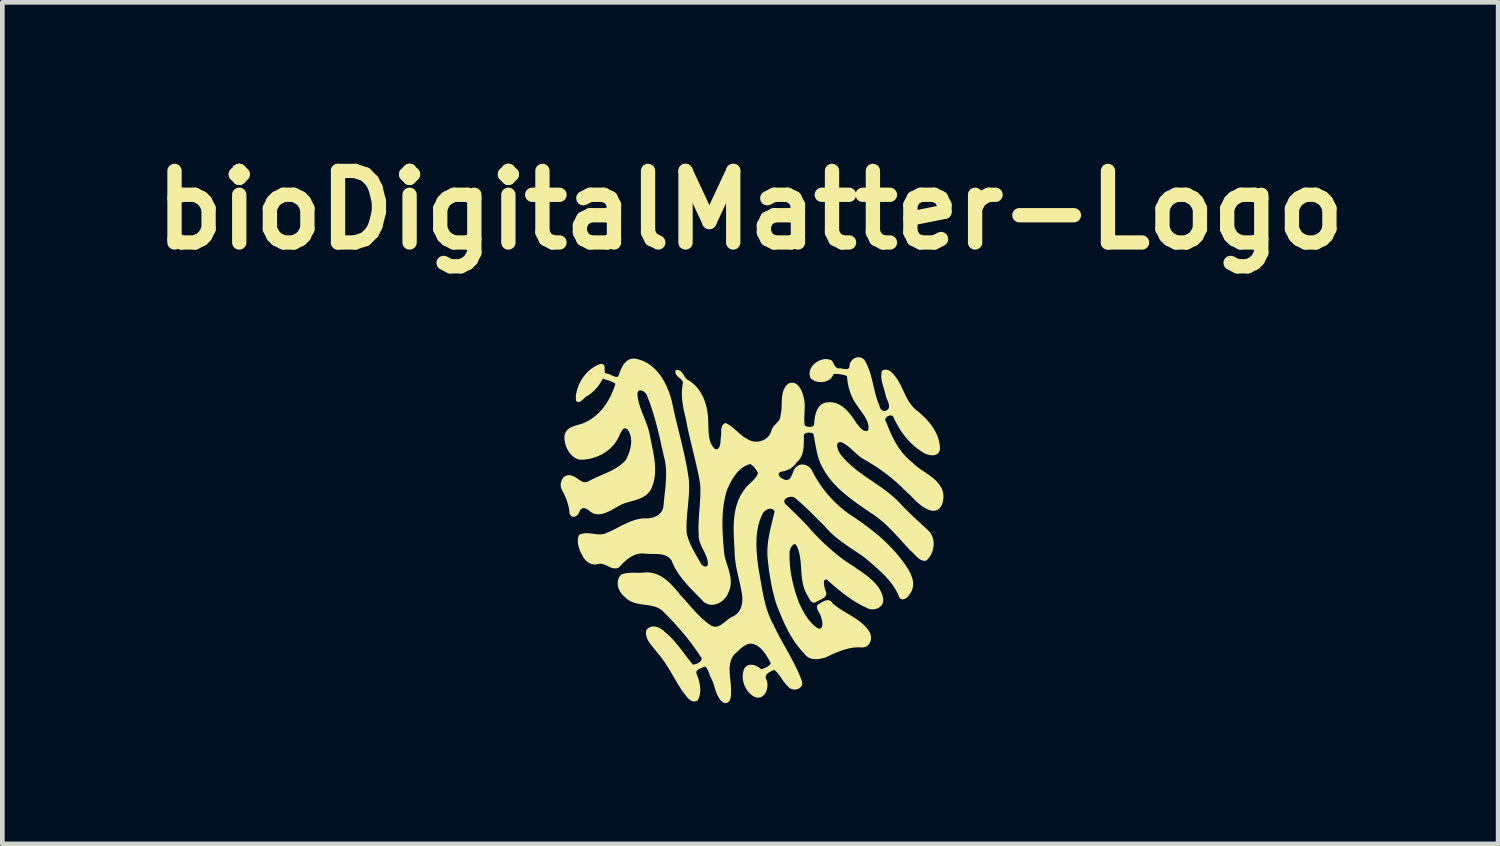
<source format=kicad_pcb>
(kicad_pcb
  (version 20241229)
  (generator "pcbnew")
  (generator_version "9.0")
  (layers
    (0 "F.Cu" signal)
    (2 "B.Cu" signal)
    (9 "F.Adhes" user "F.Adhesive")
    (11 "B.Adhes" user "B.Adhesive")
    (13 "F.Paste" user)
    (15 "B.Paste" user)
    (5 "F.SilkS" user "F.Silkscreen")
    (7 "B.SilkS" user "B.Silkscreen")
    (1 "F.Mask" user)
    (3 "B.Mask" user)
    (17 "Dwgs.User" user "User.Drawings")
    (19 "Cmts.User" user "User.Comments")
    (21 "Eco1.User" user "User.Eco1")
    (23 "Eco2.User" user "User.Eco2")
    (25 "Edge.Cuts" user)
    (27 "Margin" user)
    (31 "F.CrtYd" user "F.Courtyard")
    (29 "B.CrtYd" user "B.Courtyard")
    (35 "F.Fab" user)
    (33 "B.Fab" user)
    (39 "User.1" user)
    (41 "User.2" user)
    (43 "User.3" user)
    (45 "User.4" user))
  (footprint "bioDigitalMatter-Logo"
    (layer "F.Cu")
    (at 12.932 8.213)
    (property "Reference" "bioDigitalMatter-Logo" (at 0 -6.787 0) (layer "F.SilkS") (effects (font (size 1.524 1.524) (thickness 0.305))))
    (attr exclude_from_pos_files exclude_from_bom)
    (fp_poly (pts (xy -3.699 -2.831) (xy -3.693 -2.87) (xy -3.685 -2.909) (xy -3.675 -2.948) (xy -3.664 -2.987) (xy -3.65 -3.024) (xy -3.635 -3.062) (xy -3.618 -3.098) (xy -3.599 -3.134) (xy -3.579 -3.169) (xy -3.557 -3.203) (xy -3.533 -3.236) (xy -3.508 -3.267) (xy -3.482 -3.298) (xy -3.454 -3.327) (xy -3.425 -3.354) (xy -3.395 -3.38) (xy -3.363 -3.404) (xy -3.33 -3.426) (xy -3.296 -3.447) (xy -3.26 -3.465) (xy -3.224 -3.482) (xy -3.186 -3.496) (xy -3.159 -3.494) (xy -3.139 -3.485) (xy -3.127 -3.472) (xy -3.12 -3.453) (xy -3.117 -3.432) (xy -3.117 -3.409) (xy -3.117 -3.385) (xy -3.117 -3.361) (xy -3.114 -3.339) (xy -3.108 -3.32) (xy -3.098 -3.305) (xy -3.08 -3.294) (xy -3.055 -3.29) (xy -3.023 -3.283) (xy -2.99 -3.269) (xy -2.955 -3.253) (xy -2.921 -3.237) (xy -2.888 -3.224) (xy -2.856 -3.218) (xy -2.826 -3.221) (xy -2.799 -3.236) (xy -2.787 -3.268) (xy -2.775 -3.3) (xy -2.763 -3.334) (xy -2.749 -3.368) (xy -2.734 -3.402) (xy -2.718 -3.434) (xy -2.7 -3.466) (xy -2.68 -3.496) (xy -2.659 -3.523) (xy -2.635 -3.548) (xy -2.609 -3.569) (xy -2.581 -3.586) (xy -2.55 -3.599) (xy -2.516 -3.606) (xy -2.48 -3.609) (xy -2.44 -3.605) (xy -2.401 -3.596) (xy -2.363 -3.585) (xy -2.326 -3.573) (xy -2.29 -3.559) (xy -2.255 -3.543) (xy -2.221 -3.525) (xy -2.188 -3.506) (xy -2.157 -3.485) (xy -2.126 -3.463) (xy -2.097 -3.44) (xy -2.068 -3.415) (xy -2.041 -3.389) (xy -2.014 -3.362) (xy -1.989 -3.334) (xy -1.964 -3.304) (xy -1.941 -3.274) (xy -1.918 -3.243) (xy -1.897 -3.211) (xy -1.876 -3.178) (xy -1.856 -3.145) (xy -1.837 -3.111) (xy -1.819 -3.076) (xy -1.802 -3.041) (xy -1.786 -3.005) (xy -1.771 -2.969) (xy -1.756 -2.933) (xy -1.743 -2.897) (xy -1.73 -2.86) (xy -1.718 -2.824) (xy -1.707 -2.787) (xy -1.697 -2.75) (xy -1.687 -2.714) (xy -1.679 -2.677) (xy -1.67 -2.636) (xy -1.662 -2.595) (xy -1.653 -2.554) (xy -1.644 -2.513) (xy -1.635 -2.472) (xy -1.625 -2.431) (xy -1.616 -2.39) (xy -1.606 -2.349) (xy -1.596 -2.308) (xy -1.586 -2.267) (xy -1.576 -2.226) (xy -1.566 -2.185) (xy -1.556 -2.144) (xy -1.546 -2.103) (xy -1.536 -2.063) (xy -1.526 -2.022) (xy -1.516 -1.981) (xy -1.506 -1.94) (xy -1.496 -1.899) (xy -1.486 -1.858) (xy -1.476 -1.817) (xy -1.466 -1.776) (xy -1.457 -1.735) (xy -1.447 -1.694) (xy -1.438 -1.653) (xy -1.428 -1.612) (xy -1.419 -1.571) (xy -1.41 -1.53) (xy -1.402 -1.489) (xy -1.393 -1.448) (xy -1.385 -1.407) (xy -1.377 -1.365) (xy -1.369 -1.324) (xy -1.362 -1.283) (xy -1.354 -1.241) (xy -1.348 -1.2) (xy -1.341 -1.158) (xy -1.335 -1.117) (xy -1.329 -1.075) (xy -1.323 -1.033) (xy -1.321 -0.992) (xy -1.319 -0.95) (xy -1.319 -0.909) (xy -1.319 -0.867) (xy -1.319 -0.826) (xy -1.321 -0.784) (xy -1.323 -0.743) (xy -1.325 -0.701) (xy -1.328 -0.66) (xy -1.332 -0.618) (xy -1.335 -0.577) (xy -1.339 -0.535) (xy -1.343 -0.494) (xy -1.347 -0.453) (xy -1.351 -0.411) (xy -1.355 -0.37) (xy -1.359 -0.328) (xy -1.362 -0.287) (xy -1.365 -0.245) (xy -1.368 -0.204) (xy -1.371 -0.163) (xy -1.372 -0.121) (xy -1.374 -0.08) (xy -1.374 -0.038) (xy -1.374 0.003) (xy -1.373 0.044) (xy -1.372 0.086) (xy -1.363 0.126) (xy -1.353 0.165) (xy -1.341 0.203) (xy -1.328 0.242) (xy -1.314 0.279) (xy -1.298 0.317) (xy -1.282 0.354) (xy -1.264 0.39) (xy -1.246 0.427) (xy -1.227 0.463) (xy -1.208 0.498) (xy -1.188 0.534) (xy -1.168 0.569) (xy -1.148 0.605) (xy -1.127 0.64) (xy -1.107 0.675) (xy -1.087 0.71) (xy -1.067 0.745) (xy -1.051 0.772) (xy -1.029 0.794) (xy -1.002 0.81) (xy -0.975 0.82) (xy -0.947 0.822) (xy -0.923 0.816) (xy -0.903 0.801) (xy -0.89 0.775) (xy -0.886 0.738) (xy -0.889 0.7) (xy -0.896 0.663) (xy -0.906 0.627) (xy -0.918 0.591) (xy -0.932 0.556) (xy -0.948 0.521) (xy -0.965 0.487) (xy -0.982 0.453) (xy -1 0.419) (xy -1.017 0.384) (xy -1.033 0.349) (xy -1.047 0.314) (xy -1.06 0.279) (xy -1.071 0.242) (xy -1.078 0.205) (xy -1.082 0.167) (xy -1.082 0.127) (xy -1.085 0.087) (xy -1.086 0.046) (xy -1.087 0.006) (xy -1.087 -0.035) (xy -1.086 -0.075) (xy -1.085 -0.116) (xy -1.083 -0.156) (xy -1.081 -0.196) (xy -1.079 -0.237) (xy -1.076 -0.277) (xy -1.073 -0.318) (xy -1.07 -0.358) (xy -1.067 -0.398) (xy -1.064 -0.439) (xy -1.061 -0.479) (xy -1.058 -0.519) (xy -1.056 -0.56) (xy -1.053 -0.6) (xy -1.051 -0.641) (xy -1.049 -0.681) (xy -1.048 -0.721) (xy -1.047 -0.762) (xy -1.047 -0.802) (xy -1.047 -0.842) (xy -1.048 -0.883) (xy -1.05 -0.923) (xy -1.052 -0.964) (xy -1.06 -1.005) (xy -1.067 -1.046) (xy -1.075 -1.088) (xy -1.083 -1.129) (xy -1.091 -1.17) (xy -1.1 -1.211) (xy -1.109 -1.252) (xy -1.118 -1.293) (xy -1.127 -1.334) (xy -1.136 -1.375) (xy -1.146 -1.416) (xy -1.155 -1.457) (xy -1.165 -1.498) (xy -1.175 -1.539) (xy -1.185 -1.58) (xy -1.195 -1.621) (xy -1.205 -1.662) (xy -1.215 -1.703) (xy -1.225 -1.743) (xy -1.234 -1.784) (xy -1.244 -1.825) (xy -1.254 -1.866) (xy -1.264 -1.907) (xy -1.273 -1.948) (xy -1.283 -1.989) (xy -1.292 -2.03) (xy -1.301 -2.071) (xy -1.31 -2.112) (xy -1.319 -2.153) (xy -1.327 -2.194) (xy -1.336 -2.236) (xy -1.344 -2.277) (xy -1.351 -2.318) (xy -1.361 -2.358) (xy -1.37 -2.397) (xy -1.38 -2.436) (xy -1.388 -2.476) (xy -1.397 -2.515) (xy -1.405 -2.555) (xy -1.412 -2.595) (xy -1.419 -2.635) (xy -1.425 -2.675) (xy -1.43 -2.714) (xy -1.435 -2.754) (xy -1.438 -2.795) (xy -1.44 -2.835) (xy -1.441 -2.875) (xy -1.44 -2.915) (xy -1.438 -2.955) (xy -1.435 -2.996) (xy -1.43 -3.036) (xy -1.424 -3.076) (xy -1.419 -3.109) (xy -1.424 -3.138) (xy -1.436 -3.163) (xy -1.453 -3.185) (xy -1.474 -3.205) (xy -1.497 -3.225) (xy -1.52 -3.244) (xy -1.541 -3.263) (xy -1.559 -3.285) (xy -1.573 -3.308) (xy -1.579 -3.335) (xy -1.577 -3.366) (xy -1.544 -3.367) (xy -1.516 -3.359) (xy -1.492 -3.344) (xy -1.471 -3.322) (xy -1.452 -3.297) (xy -1.434 -3.269) (xy -1.416 -3.241) (xy -1.398 -3.213) (xy -1.377 -3.187) (xy -1.354 -3.166) (xy -1.327 -3.15) (xy -1.292 -3.128) (xy -1.259 -3.105) (xy -1.228 -3.08) (xy -1.198 -3.053) (xy -1.17 -3.025) (xy -1.144 -2.996) (xy -1.119 -2.965) (xy -1.096 -2.933) (xy -1.075 -2.901) (xy -1.055 -2.867) (xy -1.036 -2.832) (xy -1.019 -2.797) (xy -1.003 -2.761) (xy -0.989 -2.724) (xy -0.976 -2.686) (xy -0.964 -2.648) (xy -0.954 -2.609) (xy -0.944 -2.57) (xy -0.936 -2.531) (xy -0.929 -2.492) (xy -0.924 -2.452) (xy -0.919 -2.412) (xy -0.915 -2.373) (xy -0.913 -2.333) (xy -0.911 -2.293) (xy -0.911 -2.254) (xy -0.909 -2.217) (xy -0.908 -2.179) (xy -0.907 -2.14) (xy -0.905 -2.101) (xy -0.903 -2.061) (xy -0.9 -2.022) (xy -0.896 -1.982) (xy -0.89 -1.943) (xy -0.882 -1.905) (xy -0.873 -1.868) (xy -0.86 -1.832) (xy -0.845 -1.797) (xy -0.827 -1.765) (xy -0.806 -1.734) (xy -0.781 -1.705) (xy -0.752 -1.678) (xy -0.717 -1.676) (xy -0.689 -1.684) (xy -0.667 -1.7) (xy -0.65 -1.723) (xy -0.637 -1.751) (xy -0.628 -1.783) (xy -0.622 -1.817) (xy -0.618 -1.852) (xy -0.615 -1.886) (xy -0.613 -1.917) (xy -0.61 -1.945) (xy -0.605 -1.978) (xy -0.604 -2.014) (xy -0.603 -2.052) (xy -0.603 -2.09) (xy -0.6 -2.127) (xy -0.593 -2.161) (xy -0.58 -2.192) (xy -0.559 -2.217) (xy -0.528 -2.236) (xy -0.492 -2.218) (xy -0.458 -2.198) (xy -0.426 -2.175) (xy -0.394 -2.151) (xy -0.363 -2.126) (xy -0.333 -2.1) (xy -0.303 -2.073) (xy -0.273 -2.046) (xy -0.243 -2.02) (xy -0.212 -1.994) (xy -0.181 -1.969) (xy -0.149 -1.945) (xy -0.115 -1.923) (xy -0.08 -1.904) (xy -0.049 -1.884) (xy -0.017 -1.868) (xy 0.017 -1.855) (xy 0.052 -1.846) (xy 0.088 -1.841) (xy 0.123 -1.839) (xy 0.159 -1.84) (xy 0.195 -1.845) (xy 0.229 -1.853) (xy 0.263 -1.864) (xy 0.296 -1.878) (xy 0.326 -1.896) (xy 0.355 -1.916) (xy 0.382 -1.94) (xy 0.406 -1.966) (xy 0.427 -1.996) (xy 0.445 -2.028) (xy 0.46 -2.062) (xy 0.468 -2.097) (xy 0.482 -2.128) (xy 0.5 -2.156) (xy 0.521 -2.183) (xy 0.544 -2.208) (xy 0.568 -2.233) (xy 0.591 -2.258) (xy 0.613 -2.284) (xy 0.632 -2.312) (xy 0.647 -2.342) (xy 0.657 -2.375) (xy 0.66 -2.411) (xy 0.669 -2.447) (xy 0.675 -2.483) (xy 0.679 -2.519) (xy 0.682 -2.557) (xy 0.684 -2.595) (xy 0.685 -2.633) (xy 0.686 -2.671) (xy 0.687 -2.709) (xy 0.689 -2.747) (xy 0.691 -2.785) (xy 0.695 -2.822) (xy 0.701 -2.858) (xy 0.709 -2.894) (xy 0.719 -2.928) (xy 0.732 -2.962) (xy 0.749 -2.994) (xy 0.769 -3.024) (xy 0.793 -3.053) (xy 0.822 -3.079) (xy 0.857 -3.091) (xy 0.89 -3.095) (xy 0.921 -3.092) (xy 0.95 -3.083) (xy 0.976 -3.068) (xy 1 -3.048) (xy 1.022 -3.024) (xy 1.042 -2.996) (xy 1.06 -2.966) (xy 1.076 -2.934) (xy 1.09 -2.902) (xy 1.102 -2.868) (xy 1.112 -2.836) (xy 1.12 -2.805) (xy 1.127 -2.775) (xy 1.135 -2.737) (xy 1.14 -2.698) (xy 1.143 -2.659) (xy 1.144 -2.62) (xy 1.144 -2.58) (xy 1.143 -2.541) (xy 1.141 -2.501) (xy 1.139 -2.462) (xy 1.137 -2.422) (xy 1.135 -2.383) (xy 1.134 -2.344) (xy 1.135 -2.305) (xy 1.137 -2.266) (xy 1.14 -2.228) (xy 1.147 -2.19) (xy 1.171 -2.174) (xy 1.201 -2.162) (xy 1.233 -2.155) (xy 1.267 -2.152) (xy 1.299 -2.155) (xy 1.329 -2.164) (xy 1.354 -2.178) (xy 1.372 -2.2) (xy 1.381 -2.229) (xy 1.379 -2.266) (xy 1.382 -2.3) (xy 1.387 -2.335) (xy 1.392 -2.37) (xy 1.399 -2.406) (xy 1.408 -2.441) (xy 1.418 -2.476) (xy 1.431 -2.509) (xy 1.446 -2.541) (xy 1.464 -2.57) (xy 1.484 -2.597) (xy 1.508 -2.621) (xy 1.535 -2.641) (xy 1.566 -2.657) (xy 1.6 -2.669) (xy 1.639 -2.676) (xy 1.679 -2.68) (xy 1.718 -2.679) (xy 1.756 -2.675) (xy 1.792 -2.667) (xy 1.828 -2.657) (xy 1.862 -2.643) (xy 1.895 -2.627) (xy 1.926 -2.608) (xy 1.957 -2.587) (xy 1.987 -2.564) (xy 2.015 -2.539) (xy 2.043 -2.512) (xy 2.069 -2.484) (xy 2.095 -2.455) (xy 2.12 -2.425) (xy 2.143 -2.395) (xy 2.166 -2.364) (xy 2.188 -2.332) (xy 2.209 -2.301) (xy 2.23 -2.27) (xy 2.249 -2.239) (xy 2.27 -2.214) (xy 2.292 -2.186) (xy 2.316 -2.158) (xy 2.341 -2.13) (xy 2.369 -2.105) (xy 2.397 -2.085) (xy 2.427 -2.071) (xy 2.459 -2.064) (xy 2.491 -2.068) (xy 2.525 -2.083) (xy 2.533 -2.121) (xy 2.535 -2.159) (xy 2.533 -2.197) (xy 2.526 -2.233) (xy 2.516 -2.269) (xy 2.502 -2.305) (xy 2.486 -2.339) (xy 2.467 -2.374) (xy 2.447 -2.407) (xy 2.425 -2.44) (xy 2.402 -2.473) (xy 2.379 -2.506) (xy 2.356 -2.538) (xy 2.333 -2.569) (xy 2.312 -2.601) (xy 2.292 -2.632) (xy 2.268 -2.664) (xy 2.246 -2.697) (xy 2.225 -2.731) (xy 2.206 -2.766) (xy 2.188 -2.802) (xy 2.172 -2.838) (xy 2.157 -2.875) (xy 2.143 -2.912) (xy 2.131 -2.95) (xy 2.12 -2.988) (xy 2.11 -3.027) (xy 2.101 -3.066) (xy 2.094 -3.105) (xy 2.088 -3.144) (xy 2.083 -3.183) (xy 2.079 -3.223) (xy 2.076 -3.262) (xy 2.041 -3.277) (xy 2.004 -3.289) (xy 1.965 -3.298) (xy 1.925 -3.305) (xy 1.884 -3.31) (xy 1.844 -3.313) (xy 1.803 -3.313) (xy 1.765 -3.312) (xy 1.751 -3.278) (xy 1.732 -3.247) (xy 1.71 -3.22) (xy 1.685 -3.197) (xy 1.657 -3.178) (xy 1.626 -3.163) (xy 1.594 -3.151) (xy 1.56 -3.144) (xy 1.526 -3.14) (xy 1.491 -3.139) (xy 1.456 -3.143) (xy 1.422 -3.15) (xy 1.388 -3.161) (xy 1.356 -3.175) (xy 1.327 -3.193) (xy 1.299 -3.215) (xy 1.288 -3.247) (xy 1.281 -3.278) (xy 1.28 -3.309) (xy 1.282 -3.34) (xy 1.289 -3.37) (xy 1.3 -3.399) (xy 1.315 -3.426) (xy 1.332 -3.453) (xy 1.353 -3.477) (xy 1.376 -3.501) (xy 1.401 -3.522) (xy 1.428 -3.541) (xy 1.457 -3.557) (xy 1.487 -3.571) (xy 1.518 -3.583) (xy 1.549 -3.591) (xy 1.581 -3.596) (xy 1.613 -3.598) (xy 1.644 -3.596) (xy 1.674 -3.591) (xy 1.704 -3.581) (xy 1.732 -3.568) (xy 1.748 -3.536) (xy 1.764 -3.504) (xy 1.781 -3.473) (xy 1.799 -3.446) (xy 1.821 -3.424) (xy 1.848 -3.407) (xy 1.882 -3.399) (xy 1.923 -3.401) (xy 1.952 -3.395) (xy 1.983 -3.389) (xy 2.014 -3.384) (xy 2.044 -3.383) (xy 2.071 -3.386) (xy 2.095 -3.395) (xy 2.114 -3.412) (xy 2.126 -3.438) (xy 2.131 -3.475) (xy 2.137 -3.508) (xy 2.149 -3.537) (xy 2.165 -3.564) (xy 2.186 -3.587) (xy 2.209 -3.607) (xy 2.236 -3.622) (xy 2.264 -3.632) (xy 2.293 -3.637) (xy 2.322 -3.637) (xy 2.351 -3.631) (xy 2.379 -3.619) (xy 2.405 -3.6) (xy 2.428 -3.574) (xy 2.447 -3.538) (xy 2.466 -3.502) (xy 2.482 -3.466) (xy 2.498 -3.429) (xy 2.512 -3.391) (xy 2.526 -3.353) (xy 2.538 -3.315) (xy 2.55 -3.277) (xy 2.56 -3.238) (xy 2.571 -3.199) (xy 2.581 -3.159) (xy 2.59 -3.12) (xy 2.6 -3.081) (xy 2.609 -3.041) (xy 2.618 -3.001) (xy 2.628 -2.962) (xy 2.637 -2.922) (xy 2.647 -2.883) (xy 2.658 -2.844) (xy 2.669 -2.805) (xy 2.681 -2.766) (xy 2.694 -2.728) (xy 2.707 -2.69) (xy 2.722 -2.652) (xy 2.738 -2.615) (xy 2.745 -2.581) (xy 2.759 -2.552) (xy 2.778 -2.527) (xy 2.801 -2.509) (xy 2.827 -2.497) (xy 2.855 -2.493) (xy 2.885 -2.496) (xy 2.914 -2.508) (xy 2.943 -2.53) (xy 2.963 -2.56) (xy 2.972 -2.592) (xy 2.973 -2.625) (xy 2.967 -2.659) (xy 2.956 -2.693) (xy 2.942 -2.729) (xy 2.928 -2.764) (xy 2.914 -2.799) (xy 2.903 -2.833) (xy 2.897 -2.866) (xy 2.887 -2.903) (xy 2.876 -2.94) (xy 2.865 -2.977) (xy 2.854 -3.014) (xy 2.842 -3.052) (xy 2.832 -3.089) (xy 2.823 -3.127) (xy 2.815 -3.165) (xy 2.81 -3.203) (xy 2.807 -3.241) (xy 2.807 -3.278) (xy 2.81 -3.316) (xy 2.818 -3.354) (xy 2.85 -3.369) (xy 2.881 -3.374) (xy 2.912 -3.371) (xy 2.941 -3.361) (xy 2.97 -3.344) (xy 2.997 -3.323) (xy 3.023 -3.298) (xy 3.048 -3.27) (xy 3.071 -3.242) (xy 3.092 -3.213) (xy 3.112 -3.186) (xy 3.129 -3.161) (xy 3.149 -3.127) (xy 3.168 -3.092) (xy 3.187 -3.057) (xy 3.204 -3.021) (xy 3.222 -2.985) (xy 3.239 -2.949) (xy 3.256 -2.912) (xy 3.273 -2.876) (xy 3.29 -2.84) (xy 3.308 -2.804) (xy 3.326 -2.769) (xy 3.346 -2.735) (xy 3.366 -2.701) (xy 3.388 -2.668) (xy 3.411 -2.636) (xy 3.435 -2.605) (xy 3.462 -2.575) (xy 3.49 -2.547) (xy 3.52 -2.52) (xy 3.553 -2.495) (xy 3.582 -2.471) (xy 3.611 -2.446) (xy 3.64 -2.42) (xy 3.668 -2.393) (xy 3.697 -2.366) (xy 3.724 -2.338) (xy 3.751 -2.309) (xy 3.777 -2.28) (xy 3.803 -2.25) (xy 3.827 -2.219) (xy 3.851 -2.187) (xy 3.873 -2.155) (xy 3.895 -2.122) (xy 3.915 -2.089) (xy 3.933 -2.055) (xy 3.95 -2.02) (xy 3.966 -1.985) (xy 3.98 -1.949) (xy 3.992 -1.912) (xy 4.002 -1.875) (xy 4.011 -1.838) (xy 4.017 -1.8) (xy 4.022 -1.761) (xy 4.024 -1.722) (xy 4.024 -1.682) (xy 4.011 -1.649) (xy 3.993 -1.622) (xy 3.97 -1.603) (xy 3.943 -1.589) (xy 3.913 -1.582) (xy 3.881 -1.579) (xy 3.847 -1.582) (xy 3.812 -1.588) (xy 3.778 -1.597) (xy 3.745 -1.61) (xy 3.714 -1.624) (xy 3.685 -1.64) (xy 3.66 -1.657) (xy 3.626 -1.68) (xy 3.592 -1.703) (xy 3.559 -1.727) (xy 3.528 -1.753) (xy 3.497 -1.779) (xy 3.467 -1.806) (xy 3.437 -1.834) (xy 3.409 -1.863) (xy 3.381 -1.892) (xy 3.354 -1.922) (xy 3.328 -1.953) (xy 3.303 -1.985) (xy 3.279 -2.017) (xy 3.255 -2.05) (xy 3.232 -2.084) (xy 3.209 -2.118) (xy 3.188 -2.152) (xy 3.167 -2.187) (xy 3.147 -2.222) (xy 3.127 -2.258) (xy 3.108 -2.293) (xy 3.09 -2.33) (xy 3.072 -2.366) (xy 3.055 -2.403) (xy 3.033 -2.419) (xy 3.008 -2.427) (xy 2.982 -2.429) (xy 2.955 -2.424) (xy 2.929 -2.415) (xy 2.905 -2.401) (xy 2.885 -2.383) (xy 2.87 -2.362) (xy 2.861 -2.338) (xy 2.859 -2.313) (xy 2.867 -2.286) (xy 2.884 -2.26) (xy 2.899 -2.221) (xy 2.914 -2.183) (xy 2.929 -2.144) (xy 2.945 -2.106) (xy 2.961 -2.068) (xy 2.978 -2.03) (xy 2.995 -1.992) (xy 3.013 -1.955) (xy 3.032 -1.918) (xy 3.051 -1.881) (xy 3.071 -1.845) (xy 3.091 -1.809) (xy 3.113 -1.774) (xy 3.135 -1.739) (xy 3.158 -1.705) (xy 3.181 -1.672) (xy 3.206 -1.639) (xy 3.231 -1.606) (xy 3.258 -1.575) (xy 3.285 -1.544) (xy 3.314 -1.514) (xy 3.343 -1.485) (xy 3.374 -1.457) (xy 3.405 -1.429) (xy 3.438 -1.403) (xy 3.465 -1.376) (xy 3.494 -1.349) (xy 3.524 -1.324) (xy 3.555 -1.3) (xy 3.587 -1.276) (xy 3.62 -1.253) (xy 3.653 -1.231) (xy 3.686 -1.208) (xy 3.719 -1.186) (xy 3.752 -1.163) (xy 3.785 -1.141) (xy 3.818 -1.118) (xy 3.849 -1.094) (xy 3.88 -1.07) (xy 3.91 -1.044) (xy 3.939 -1.018) (xy 3.966 -0.991) (xy 3.991 -0.962) (xy 4.015 -0.931) (xy 4.036 -0.899) (xy 4.056 -0.865) (xy 4.073 -0.829) (xy 4.087 -0.791) (xy 4.093 -0.761) (xy 4.097 -0.728) (xy 4.099 -0.694) (xy 4.098 -0.659) (xy 4.095 -0.624) (xy 4.089 -0.589) (xy 4.081 -0.555) (xy 4.069 -0.523) (xy 4.055 -0.493) (xy 4.037 -0.466) (xy 4.017 -0.442) (xy 3.993 -0.423) (xy 3.966 -0.409) (xy 3.935 -0.4) (xy 3.901 -0.397) (xy 3.862 -0.401) (xy 3.824 -0.412) (xy 3.788 -0.426) (xy 3.752 -0.443) (xy 3.718 -0.462) (xy 3.686 -0.482) (xy 3.654 -0.505) (xy 3.623 -0.529) (xy 3.593 -0.554) (xy 3.563 -0.58) (xy 3.534 -0.607) (xy 3.506 -0.635) (xy 3.478 -0.663) (xy 3.45 -0.691) (xy 3.422 -0.72) (xy 3.394 -0.748) (xy 3.365 -0.775) (xy 3.337 -0.801) (xy 3.308 -0.827) (xy 3.278 -0.857) (xy 3.248 -0.887) (xy 3.218 -0.916) (xy 3.187 -0.945) (xy 3.157 -0.973) (xy 3.125 -1.001) (xy 3.094 -1.029) (xy 3.062 -1.056) (xy 3.03 -1.083) (xy 2.997 -1.11) (xy 2.964 -1.136) (xy 2.931 -1.162) (xy 2.898 -1.187) (xy 2.864 -1.212) (xy 2.83 -1.237) (xy 2.796 -1.261) (xy 2.762 -1.286) (xy 2.727 -1.309) (xy 2.692 -1.333) (xy 2.657 -1.356) (xy 2.622 -1.378) (xy 2.586 -1.4) (xy 2.55 -1.422) (xy 2.514 -1.444) (xy 2.478 -1.465) (xy 2.441 -1.486) (xy 2.406 -1.506) (xy 2.373 -1.528) (xy 2.341 -1.552) (xy 2.31 -1.577) (xy 2.279 -1.604) (xy 2.249 -1.631) (xy 2.219 -1.658) (xy 2.189 -1.686) (xy 2.16 -1.713) (xy 2.129 -1.739) (xy 2.099 -1.764) (xy 2.067 -1.788) (xy 2.034 -1.811) (xy 2.001 -1.831) (xy 1.965 -1.848) (xy 1.928 -1.863) (xy 1.894 -1.859) (xy 1.868 -1.848) (xy 1.85 -1.831) (xy 1.84 -1.809) (xy 1.835 -1.782) (xy 1.836 -1.753) (xy 1.842 -1.722) (xy 1.851 -1.69) (xy 1.863 -1.659) (xy 1.876 -1.63) (xy 1.89 -1.605) (xy 1.904 -1.583) (xy 1.93 -1.55) (xy 1.956 -1.518) (xy 1.983 -1.488) (xy 2.011 -1.457) (xy 2.039 -1.428) (xy 2.068 -1.399) (xy 2.098 -1.371) (xy 2.128 -1.344) (xy 2.159 -1.317) (xy 2.19 -1.29) (xy 2.221 -1.265) (xy 2.253 -1.239) (xy 2.286 -1.214) (xy 2.319 -1.189) (xy 2.352 -1.165) (xy 2.385 -1.141) (xy 2.418 -1.117) (xy 2.452 -1.094) (xy 2.486 -1.07) (xy 2.52 -1.047) (xy 2.554 -1.024) (xy 2.588 -1.001) (xy 2.622 -0.978) (xy 2.656 -0.954) (xy 2.69 -0.931) (xy 2.724 -0.908) (xy 2.757 -0.884) (xy 2.791 -0.86) (xy 2.824 -0.836) (xy 2.857 -0.812) (xy 2.89 -0.787) (xy 2.923 -0.762) (xy 2.955 -0.737) (xy 2.987 -0.711) (xy 3.018 -0.685) (xy 3.049 -0.658) (xy 3.079 -0.63) (xy 3.109 -0.602) (xy 3.138 -0.573) (xy 3.167 -0.544) (xy 3.195 -0.513) (xy 3.223 -0.483) (xy 3.251 -0.454) (xy 3.28 -0.424) (xy 3.308 -0.395) (xy 3.338 -0.366) (xy 3.367 -0.338) (xy 3.396 -0.309) (xy 3.426 -0.281) (xy 3.456 -0.253) (xy 3.485 -0.225) (xy 3.515 -0.197) (xy 3.545 -0.169) (xy 3.576 -0.141) (xy 3.606 -0.114) (xy 3.636 -0.086) (xy 3.666 -0.058) (xy 3.696 -0.03) (xy 3.726 -0.003) (xy 3.756 0.025) (xy 3.785 0.053) (xy 3.81 0.08) (xy 3.831 0.109) (xy 3.849 0.14) (xy 3.864 0.173) (xy 3.875 0.206) (xy 3.883 0.241) (xy 3.889 0.277) (xy 3.891 0.313) (xy 3.89 0.35) (xy 3.886 0.386) (xy 3.88 0.422) (xy 3.871 0.457) (xy 3.86 0.492) (xy 3.845 0.525) (xy 3.829 0.557) (xy 3.81 0.588) (xy 3.789 0.616) (xy 3.766 0.642) (xy 3.74 0.666) (xy 3.704 0.667) (xy 3.67 0.661) (xy 3.638 0.648) (xy 3.608 0.629) (xy 3.58 0.606) (xy 3.552 0.581) (xy 3.526 0.553) (xy 3.499 0.525) (xy 3.473 0.498) (xy 3.447 0.473) (xy 3.42 0.451) (xy 3.392 0.421) (xy 3.364 0.391) (xy 3.336 0.361) (xy 3.309 0.33) (xy 3.281 0.3) (xy 3.253 0.269) (xy 3.226 0.239) (xy 3.198 0.209) (xy 3.171 0.178) (xy 3.143 0.148) (xy 3.115 0.118) (xy 3.087 0.088) (xy 3.059 0.058) (xy 3.03 0.029) (xy 3.001 -0.000278) (xy 2.972 -0.029) (xy 2.943 -0.058) (xy 2.914 -0.086) (xy 2.884 -0.114) (xy 2.853 -0.141) (xy 2.822 -0.168) (xy 2.791 -0.194) (xy 2.76 -0.22) (xy 2.727 -0.246) (xy 2.695 -0.27) (xy 2.661 -0.294) (xy 2.628 -0.318) (xy 2.593 -0.34) (xy 2.558 -0.362) (xy 2.525 -0.385) (xy 2.491 -0.408) (xy 2.458 -0.431) (xy 2.424 -0.455) (xy 2.391 -0.478) (xy 2.357 -0.501) (xy 2.324 -0.525) (xy 2.29 -0.549) (xy 2.257 -0.573) (xy 2.224 -0.597) (xy 2.191 -0.621) (xy 2.158 -0.646) (xy 2.126 -0.671) (xy 2.094 -0.696) (xy 2.062 -0.722) (xy 2.03 -0.748) (xy 1.999 -0.774) (xy 1.969 -0.801) (xy 1.938 -0.828) (xy 1.908 -0.856) (xy 1.879 -0.884) (xy 1.85 -0.913) (xy 1.822 -0.942) (xy 1.794 -0.972) (xy 1.767 -1.002) (xy 1.741 -1.033) (xy 1.715 -1.064) (xy 1.691 -1.096) (xy 1.666 -1.129) (xy 1.643 -1.162) (xy 1.62 -1.197) (xy 1.599 -1.232) (xy 1.578 -1.267) (xy 1.558 -1.304) (xy 1.538 -1.339) (xy 1.521 -1.375) (xy 1.504 -1.412) (xy 1.49 -1.449) (xy 1.476 -1.486) (xy 1.464 -1.524) (xy 1.453 -1.563) (xy 1.443 -1.601) (xy 1.434 -1.64) (xy 1.426 -1.679) (xy 1.418 -1.719) (xy 1.41 -1.758) (xy 1.403 -1.797) (xy 1.396 -1.837) (xy 1.389 -1.876) (xy 1.382 -1.915) (xy 1.375 -1.954) (xy 1.367 -1.993) (xy 1.359 -2.031) (xy 1.335 -2.045) (xy 1.308 -2.056) (xy 1.278 -2.062) (xy 1.247 -2.064) (xy 1.217 -2.062) (xy 1.188 -2.055) (xy 1.163 -2.043) (xy 1.142 -2.025) (xy 1.129 -2.003) (xy 1.123 -1.974) (xy 1.126 -1.939) (xy 1.126 -1.902) (xy 1.125 -1.865) (xy 1.125 -1.827) (xy 1.123 -1.79) (xy 1.121 -1.752) (xy 1.117 -1.714) (xy 1.112 -1.677) (xy 1.105 -1.641) (xy 1.096 -1.605) (xy 1.084 -1.571) (xy 1.069 -1.538) (xy 1.05 -1.506) (xy 1.029 -1.476) (xy 1.003 -1.448) (xy 0.973 -1.423) (xy 0.949 -1.388) (xy 0.923 -1.358) (xy 0.893 -1.33) (xy 0.862 -1.306) (xy 0.828 -1.285) (xy 0.792 -1.268) (xy 0.755 -1.253) (xy 0.716 -1.242) (xy 0.677 -1.233) (xy 0.636 -1.227) (xy 0.608 -1.205) (xy 0.593 -1.181) (xy 0.589 -1.156) (xy 0.595 -1.132) (xy 0.608 -1.109) (xy 0.628 -1.087) (xy 0.653 -1.067) (xy 0.681 -1.05) (xy 0.71 -1.036) (xy 0.738 -1.027) (xy 0.765 -1.022) (xy 0.799 -1.025) (xy 0.826 -1.035) (xy 0.849 -1.051) (xy 0.867 -1.072) (xy 0.883 -1.097) (xy 0.896 -1.124) (xy 0.908 -1.154) (xy 0.92 -1.184) (xy 0.932 -1.215) (xy 0.946 -1.244) (xy 0.961 -1.271) (xy 0.98 -1.295) (xy 1.003 -1.315) (xy 1.034 -1.335) (xy 1.066 -1.347) (xy 1.1 -1.353) (xy 1.134 -1.351) (xy 1.167 -1.344) (xy 1.2 -1.331) (xy 1.23 -1.313) (xy 1.258 -1.291) (xy 1.282 -1.264) (xy 1.301 -1.234) (xy 1.315 -1.201) (xy 1.335 -1.165) (xy 1.354 -1.13) (xy 1.375 -1.094) (xy 1.395 -1.059) (xy 1.417 -1.024) (xy 1.439 -0.99) (xy 1.461 -0.956) (xy 1.484 -0.922) (xy 1.507 -0.889) (xy 1.531 -0.856) (xy 1.556 -0.824) (xy 1.581 -0.791) (xy 1.606 -0.76) (xy 1.632 -0.728) (xy 1.658 -0.697) (xy 1.685 -0.667) (xy 1.713 -0.637) (xy 1.741 -0.607) (xy 1.769 -0.578) (xy 1.798 -0.55) (xy 1.827 -0.522) (xy 1.857 -0.494) (xy 1.887 -0.467) (xy 1.918 -0.44) (xy 1.949 -0.414) (xy 1.981 -0.388) (xy 2.013 -0.363) (xy 2.045 -0.339) (xy 2.078 -0.314) (xy 2.112 -0.291) (xy 2.146 -0.268) (xy 2.18 -0.245) (xy 2.215 -0.222) (xy 2.249 -0.199) (xy 2.283 -0.175) (xy 2.318 -0.151) (xy 2.352 -0.127) (xy 2.385 -0.103) (xy 2.419 -0.079) (xy 2.453 -0.054) (xy 2.486 -0.029) (xy 2.519 -0.004) (xy 2.552 0.021) (xy 2.585 0.047) (xy 2.617 0.073) (xy 2.649 0.099) (xy 2.681 0.125) (xy 2.713 0.152) (xy 2.745 0.179) (xy 2.776 0.207) (xy 2.807 0.234) (xy 2.837 0.262) (xy 2.868 0.291) (xy 2.898 0.319) (xy 2.927 0.348) (xy 2.956 0.378) (xy 2.985 0.408) (xy 3.014 0.438) (xy 3.042 0.468) (xy 3.07 0.499) (xy 3.097 0.53) (xy 3.124 0.562) (xy 3.151 0.594) (xy 3.177 0.627) (xy 3.202 0.66) (xy 3.228 0.693) (xy 3.248 0.72) (xy 3.269 0.749) (xy 3.291 0.779) (xy 3.311 0.809) (xy 3.332 0.841) (xy 3.352 0.873) (xy 3.371 0.906) (xy 3.388 0.939) (xy 3.404 0.973) (xy 3.418 1.007) (xy 3.431 1.041) (xy 3.441 1.076) (xy 3.448 1.111) (xy 3.453 1.146) (xy 3.454 1.181) (xy 3.452 1.216) (xy 3.447 1.25) (xy 3.437 1.284) (xy 3.424 1.318) (xy 3.406 1.352) (xy 3.383 1.384) (xy 3.368 1.409) (xy 3.349 1.433) (xy 3.327 1.454) (xy 3.302 1.471) (xy 3.276 1.483) (xy 3.25 1.489) (xy 3.226 1.486) (xy 3.205 1.475) (xy 3.187 1.452) (xy 3.176 1.418) (xy 3.159 1.38) (xy 3.141 1.344) (xy 3.122 1.308) (xy 3.101 1.274) (xy 3.08 1.239) (xy 3.058 1.206) (xy 3.034 1.173) (xy 3.01 1.141) (xy 2.985 1.11) (xy 2.959 1.079) (xy 2.933 1.049) (xy 2.905 1.019) (xy 2.878 0.989) (xy 2.849 0.96) (xy 2.82 0.932) (xy 2.791 0.903) (xy 2.761 0.876) (xy 2.731 0.848) (xy 2.701 0.821) (xy 2.671 0.794) (xy 2.64 0.767) (xy 2.609 0.74) (xy 2.579 0.714) (xy 2.548 0.687) (xy 2.518 0.661) (xy 2.487 0.635) (xy 2.457 0.609) (xy 2.424 0.585) (xy 2.391 0.562) (xy 2.358 0.539) (xy 2.324 0.517) (xy 2.291 0.494) (xy 2.257 0.472) (xy 2.223 0.449) (xy 2.19 0.426) (xy 2.156 0.404) (xy 2.122 0.381) (xy 2.089 0.358) (xy 2.056 0.335) (xy 2.023 0.312) (xy 1.99 0.288) (xy 1.957 0.265) (xy 1.925 0.24) (xy 1.893 0.216) (xy 1.861 0.191) (xy 1.83 0.165) (xy 1.799 0.139) (xy 1.769 0.112) (xy 1.739 0.085) (xy 1.71 0.057) (xy 1.682 0.028) (xy 1.654 -0.001) (xy 1.626 -0.031) (xy 1.6 -0.062) (xy 1.57 -0.092) (xy 1.54 -0.122) (xy 1.51 -0.152) (xy 1.48 -0.181) (xy 1.451 -0.211) (xy 1.421 -0.241) (xy 1.391 -0.271) (xy 1.361 -0.301) (xy 1.331 -0.331) (xy 1.301 -0.36) (xy 1.271 -0.39) (xy 1.241 -0.419) (xy 1.21 -0.448) (xy 1.179 -0.477) (xy 1.149 -0.506) (xy 1.117 -0.534) (xy 1.086 -0.562) (xy 1.054 -0.59) (xy 1.022 -0.618) (xy 0.99 -0.645) (xy 0.958 -0.671) (xy 0.934 -0.685) (xy 0.907 -0.694) (xy 0.877 -0.697) (xy 0.846 -0.695) (xy 0.816 -0.689) (xy 0.786 -0.679) (xy 0.76 -0.665) (xy 0.737 -0.647) (xy 0.72 -0.627) (xy 0.71 -0.603) (xy 0.707 -0.578) (xy 0.714 -0.55) (xy 0.73 -0.521) (xy 0.761 -0.493) (xy 0.791 -0.464) (xy 0.821 -0.435) (xy 0.851 -0.406) (xy 0.881 -0.377) (xy 0.911 -0.348) (xy 0.942 -0.319) (xy 0.972 -0.289) (xy 1.001 -0.26) (xy 1.031 -0.231) (xy 1.061 -0.201) (xy 1.09 -0.171) (xy 1.12 -0.141) (xy 1.149 -0.11) (xy 1.177 -0.08) (xy 1.206 -0.049) (xy 1.234 -0.018) (xy 1.262 0.014) (xy 1.289 0.045) (xy 1.317 0.076) (xy 1.346 0.106) (xy 1.374 0.136) (xy 1.403 0.166) (xy 1.432 0.196) (xy 1.461 0.225) (xy 1.491 0.254) (xy 1.52 0.283) (xy 1.55 0.312) (xy 1.58 0.341) (xy 1.611 0.369) (xy 1.641 0.397) (xy 1.672 0.425) (xy 1.703 0.452) (xy 1.735 0.479) (xy 1.766 0.506) (xy 1.798 0.533) (xy 1.83 0.559) (xy 1.863 0.585) (xy 1.895 0.61) (xy 1.928 0.635) (xy 1.962 0.66) (xy 1.995 0.684) (xy 2.029 0.708) (xy 2.063 0.731) (xy 2.098 0.754) (xy 2.133 0.777) (xy 2.168 0.799) (xy 2.203 0.821) (xy 2.235 0.844) (xy 2.267 0.866) (xy 2.3 0.889) (xy 2.333 0.912) (xy 2.366 0.935) (xy 2.399 0.959) (xy 2.432 0.983) (xy 2.465 1.007) (xy 2.497 1.032) (xy 2.529 1.058) (xy 2.559 1.085) (xy 2.589 1.112) (xy 2.618 1.14) (xy 2.646 1.168) (xy 2.672 1.198) (xy 2.697 1.229) (xy 2.72 1.261) (xy 2.741 1.294) (xy 2.76 1.329) (xy 2.777 1.364) (xy 2.792 1.401) (xy 2.804 1.44) (xy 2.814 1.48) (xy 2.818 1.517) (xy 2.815 1.552) (xy 2.806 1.583) (xy 2.791 1.612) (xy 2.771 1.636) (xy 2.747 1.657) (xy 2.719 1.675) (xy 2.689 1.688) (xy 2.657 1.697) (xy 2.623 1.702) (xy 2.589 1.702) (xy 2.555 1.697) (xy 2.522 1.687) (xy 2.491 1.672) (xy 2.454 1.655) (xy 2.417 1.638) (xy 2.381 1.619) (xy 2.344 1.6) (xy 2.309 1.58) (xy 2.274 1.56) (xy 2.239 1.539) (xy 2.204 1.517) (xy 2.17 1.495) (xy 2.136 1.472) (xy 2.103 1.448) (xy 2.069 1.425) (xy 2.037 1.4) (xy 2.004 1.376) (xy 1.972 1.351) (xy 1.939 1.325) (xy 1.907 1.299) (xy 1.876 1.274) (xy 1.844 1.247) (xy 1.813 1.221) (xy 1.782 1.195) (xy 1.751 1.168) (xy 1.72 1.141) (xy 1.69 1.115) (xy 1.659 1.088) (xy 1.629 1.061) (xy 1.597 1.066) (xy 1.575 1.08) (xy 1.561 1.101) (xy 1.554 1.129) (xy 1.553 1.161) (xy 1.556 1.194) (xy 1.562 1.229) (xy 1.57 1.262) (xy 1.578 1.293) (xy 1.585 1.319) (xy 1.6 1.352) (xy 1.605 1.381) (xy 1.6 1.406) (xy 1.589 1.428) (xy 1.571 1.448) (xy 1.548 1.465) (xy 1.521 1.481) (xy 1.493 1.496) (xy 1.464 1.51) (xy 1.436 1.523) (xy 1.409 1.538) (xy 1.387 1.553) (xy 1.356 1.56) (xy 1.328 1.552) (xy 1.304 1.531) (xy 1.282 1.503) (xy 1.262 1.469) (xy 1.244 1.434) (xy 1.227 1.402) (xy 1.211 1.375) (xy 1.193 1.339) (xy 1.178 1.303) (xy 1.164 1.267) (xy 1.153 1.231) (xy 1.143 1.194) (xy 1.134 1.156) (xy 1.127 1.119) (xy 1.121 1.081) (xy 1.116 1.043) (xy 1.112 1.004) (xy 1.108 0.966) (xy 1.105 0.927) (xy 1.103 0.889) (xy 1.1 0.85) (xy 1.098 0.811) (xy 1.095 0.773) (xy 1.092 0.734) (xy 1.088 0.696) (xy 1.084 0.658) (xy 1.079 0.619) (xy 1.073 0.582) (xy 1.066 0.544) (xy 1.057 0.507) (xy 1.047 0.47) (xy 1.036 0.434) (xy 1.022 0.397) (xy 1.007 0.362) (xy 0.987 0.332) (xy 0.965 0.316) (xy 0.943 0.311) (xy 0.921 0.317) (xy 0.899 0.332) (xy 0.879 0.353) (xy 0.861 0.378) (xy 0.846 0.406) (xy 0.834 0.436) (xy 0.826 0.464) (xy 0.823 0.49) (xy 0.821 0.531) (xy 0.821 0.572) (xy 0.821 0.614) (xy 0.822 0.655) (xy 0.824 0.696) (xy 0.826 0.737) (xy 0.83 0.778) (xy 0.834 0.819) (xy 0.838 0.86) (xy 0.844 0.901) (xy 0.85 0.942) (xy 0.856 0.983) (xy 0.864 1.023) (xy 0.872 1.064) (xy 0.88 1.104) (xy 0.889 1.145) (xy 0.899 1.185) (xy 0.909 1.225) (xy 0.92 1.265) (xy 0.931 1.305) (xy 0.942 1.345) (xy 0.954 1.384) (xy 0.967 1.423) (xy 0.98 1.462) (xy 0.993 1.501) (xy 1.007 1.54) (xy 1.021 1.579) (xy 1.038 1.614) (xy 1.055 1.65) (xy 1.072 1.685) (xy 1.09 1.721) (xy 1.109 1.756) (xy 1.129 1.791) (xy 1.149 1.826) (xy 1.17 1.86) (xy 1.192 1.893) (xy 1.215 1.926) (xy 1.239 1.957) (xy 1.265 1.988) (xy 1.291 2.017) (xy 1.319 2.045) (xy 1.348 2.072) (xy 1.378 2.097) (xy 1.41 2.12) (xy 1.444 2.142) (xy 1.479 2.144) (xy 1.507 2.137) (xy 1.527 2.12) (xy 1.541 2.096) (xy 1.549 2.067) (xy 1.552 2.034) (xy 1.551 1.999) (xy 1.547 1.964) (xy 1.54 1.931) (xy 1.531 1.9) (xy 1.522 1.874) (xy 1.516 1.849) (xy 1.504 1.822) (xy 1.49 1.795) (xy 1.474 1.767) (xy 1.458 1.739) (xy 1.446 1.712) (xy 1.438 1.686) (xy 1.437 1.662) (xy 1.444 1.64) (xy 1.462 1.621) (xy 1.493 1.604) (xy 1.521 1.587) (xy 1.55 1.57) (xy 1.58 1.555) (xy 1.61 1.544) (xy 1.64 1.538) (xy 1.669 1.539) (xy 1.696 1.548) (xy 1.72 1.568) (xy 1.742 1.6) (xy 1.772 1.626) (xy 1.803 1.651) (xy 1.835 1.675) (xy 1.867 1.698) (xy 1.901 1.72) (xy 1.934 1.742) (xy 1.969 1.763) (xy 2.003 1.784) (xy 2.038 1.805) (xy 2.073 1.826) (xy 2.108 1.847) (xy 2.142 1.867) (xy 2.177 1.889) (xy 2.211 1.91) (xy 2.244 1.932) (xy 2.277 1.955) (xy 2.309 1.978) (xy 2.341 2.003) (xy 2.371 2.028) (xy 2.401 2.055) (xy 2.429 2.083) (xy 2.456 2.112) (xy 2.482 2.142) (xy 2.506 2.175) (xy 2.528 2.209) (xy 2.543 2.24) (xy 2.552 2.273) (xy 2.557 2.306) (xy 2.556 2.34) (xy 2.551 2.373) (xy 2.541 2.404) (xy 2.527 2.433) (xy 2.509 2.459) (xy 2.486 2.48) (xy 2.46 2.497) (xy 2.429 2.508) (xy 2.395 2.513) (xy 2.357 2.511) (xy 2.317 2.51) (xy 2.276 2.511) (xy 2.237 2.513) (xy 2.197 2.517) (xy 2.158 2.523) (xy 2.119 2.53) (xy 2.08 2.539) (xy 2.042 2.548) (xy 2.004 2.559) (xy 1.966 2.571) (xy 1.928 2.584) (xy 1.891 2.598) (xy 1.853 2.612) (xy 1.817 2.627) (xy 1.78 2.643) (xy 1.743 2.659) (xy 1.707 2.676) (xy 1.671 2.693) (xy 1.635 2.71) (xy 1.599 2.727) (xy 1.564 2.737) (xy 1.528 2.746) (xy 1.492 2.753) (xy 1.454 2.759) (xy 1.417 2.762) (xy 1.38 2.762) (xy 1.344 2.759) (xy 1.309 2.753) (xy 1.276 2.742) (xy 1.244 2.727) (xy 1.214 2.706) (xy 1.187 2.68) (xy 1.163 2.648) (xy 1.134 2.619) (xy 1.106 2.588) (xy 1.079 2.557) (xy 1.053 2.526) (xy 1.028 2.494) (xy 1.003 2.461) (xy 0.979 2.428) (xy 0.955 2.395) (xy 0.933 2.361) (xy 0.911 2.326) (xy 0.889 2.291) (xy 0.868 2.256) (xy 0.848 2.22) (xy 0.828 2.184) (xy 0.809 2.148) (xy 0.791 2.111) (xy 0.772 2.074) (xy 0.754 2.037) (xy 0.737 1.999) (xy 0.72 1.962) (xy 0.703 1.924) (xy 0.687 1.886) (xy 0.671 1.848) (xy 0.655 1.81) (xy 0.639 1.772) (xy 0.624 1.734) (xy 0.609 1.696) (xy 0.594 1.658) (xy 0.579 1.62) (xy 0.565 1.582) (xy 0.553 1.541) (xy 0.541 1.501) (xy 0.53 1.461) (xy 0.519 1.42) (xy 0.509 1.379) (xy 0.499 1.338) (xy 0.489 1.297) (xy 0.48 1.256) (xy 0.472 1.215) (xy 0.463 1.173) (xy 0.456 1.132) (xy 0.448 1.09) (xy 0.441 1.049) (xy 0.434 1.007) (xy 0.427 0.965) (xy 0.421 0.924) (xy 0.415 0.882) (xy 0.41 0.84) (xy 0.405 0.798) (xy 0.4 0.756) (xy 0.395 0.715) (xy 0.391 0.673) (xy 0.387 0.631) (xy 0.383 0.589) (xy 0.381 0.548) (xy 0.38 0.507) (xy 0.381 0.467) (xy 0.382 0.426) (xy 0.385 0.386) (xy 0.388 0.345) (xy 0.392 0.305) (xy 0.397 0.265) (xy 0.403 0.225) (xy 0.41 0.185) (xy 0.417 0.145) (xy 0.424 0.105) (xy 0.432 0.065) (xy 0.441 0.025) (xy 0.45 -0.014) (xy 0.459 -0.054) (xy 0.468 -0.093) (xy 0.478 -0.133) (xy 0.488 -0.172) (xy 0.498 -0.211) (xy 0.507 -0.25) (xy 0.517 -0.29) (xy 0.527 -0.329) (xy 0.536 -0.367) (xy 0.52 -0.399) (xy 0.499 -0.421) (xy 0.474 -0.435) (xy 0.446 -0.442) (xy 0.417 -0.443) (xy 0.386 -0.437) (xy 0.356 -0.426) (xy 0.327 -0.41) (xy 0.3 -0.39) (xy 0.276 -0.367) (xy 0.257 -0.341) (xy 0.243 -0.314) (xy 0.226 -0.277) (xy 0.21 -0.24) (xy 0.196 -0.203) (xy 0.183 -0.165) (xy 0.171 -0.127) (xy 0.161 -0.089) (xy 0.152 -0.05) (xy 0.144 -0.011) (xy 0.137 0.028) (xy 0.131 0.067) (xy 0.126 0.107) (xy 0.122 0.147) (xy 0.119 0.187) (xy 0.117 0.227) (xy 0.116 0.267) (xy 0.115 0.307) (xy 0.115 0.347) (xy 0.116 0.388) (xy 0.118 0.428) (xy 0.12 0.469) (xy 0.122 0.509) (xy 0.126 0.549) (xy 0.129 0.589) (xy 0.133 0.63) (xy 0.137 0.67) (xy 0.142 0.709) (xy 0.147 0.749) (xy 0.152 0.789) (xy 0.157 0.828) (xy 0.163 0.867) (xy 0.17 0.908) (xy 0.178 0.949) (xy 0.185 0.989) (xy 0.192 1.03) (xy 0.199 1.072) (xy 0.206 1.113) (xy 0.213 1.154) (xy 0.22 1.195) (xy 0.227 1.236) (xy 0.234 1.277) (xy 0.242 1.318) (xy 0.25 1.359) (xy 0.258 1.4) (xy 0.267 1.44) (xy 0.275 1.481) (xy 0.285 1.521) (xy 0.295 1.562) (xy 0.305 1.602) (xy 0.316 1.642) (xy 0.327 1.682) (xy 0.339 1.721) (xy 0.352 1.761) (xy 0.366 1.8) (xy 0.38 1.839) (xy 0.396 1.877) (xy 0.412 1.916) (xy 0.429 1.954) (xy 0.447 1.991) (xy 0.466 2.029) (xy 0.486 2.065) (xy 0.504 2.103) (xy 0.522 2.14) (xy 0.54 2.177) (xy 0.559 2.214) (xy 0.578 2.25) (xy 0.597 2.287) (xy 0.616 2.323) (xy 0.636 2.36) (xy 0.656 2.396) (xy 0.676 2.432) (xy 0.696 2.468) (xy 0.716 2.504) (xy 0.736 2.54) (xy 0.757 2.576) (xy 0.777 2.612) (xy 0.797 2.649) (xy 0.817 2.685) (xy 0.837 2.721) (xy 0.857 2.757) (xy 0.876 2.794) (xy 0.895 2.83) (xy 0.914 2.867) (xy 0.933 2.903) (xy 0.951 2.94) (xy 0.969 2.977) (xy 0.987 3.014) (xy 1.004 3.052) (xy 1.021 3.09) (xy 1.037 3.127) (xy 1.053 3.165) (xy 1.068 3.204) (xy 1.082 3.242) (xy 1.09 3.277) (xy 1.09 3.308) (xy 1.082 3.335) (xy 1.068 3.358) (xy 1.049 3.377) (xy 1.025 3.391) (xy 0.998 3.402) (xy 0.969 3.408) (xy 0.939 3.409) (xy 0.909 3.406) (xy 0.88 3.397) (xy 0.853 3.384) (xy 0.828 3.365) (xy 0.808 3.341) (xy 0.781 3.314) (xy 0.756 3.285) (xy 0.732 3.255) (xy 0.709 3.223) (xy 0.687 3.191) (xy 0.665 3.158) (xy 0.643 3.126) (xy 0.62 3.095) (xy 0.596 3.066) (xy 0.571 3.038) (xy 0.544 3.013) (xy 0.514 2.99) (xy 0.485 3) (xy 0.455 3.012) (xy 0.425 3.027) (xy 0.395 3.044) (xy 0.368 3.064) (xy 0.345 3.086) (xy 0.327 3.11) (xy 0.315 3.137) (xy 0.312 3.166) (xy 0.318 3.198) (xy 0.334 3.232) (xy 0.343 3.262) (xy 0.349 3.294) (xy 0.351 3.327) (xy 0.35 3.361) (xy 0.345 3.395) (xy 0.337 3.428) (xy 0.325 3.459) (xy 0.311 3.489) (xy 0.293 3.516) (xy 0.272 3.539) (xy 0.249 3.558) (xy 0.223 3.572) (xy 0.194 3.581) (xy 0.163 3.583) (xy 0.13 3.578) (xy 0.094 3.566) (xy 0.062 3.547) (xy 0.032 3.524) (xy 0.004 3.5) (xy -0.022 3.472) (xy -0.046 3.442) (xy -0.068 3.411) (xy -0.087 3.377) (xy -0.104 3.342) (xy -0.118 3.306) (xy -0.129 3.269) (xy -0.137 3.232) (xy -0.143 3.194) (xy -0.145 3.156) (xy -0.144 3.118) (xy -0.14 3.08) (xy -0.132 3.044) (xy -0.121 3.008) (xy -0.106 2.974) (xy -0.08 2.947) (xy -0.052 2.928) (xy -0.021 2.917) (xy 0.012 2.913) (xy 0.046 2.915) (xy 0.08 2.922) (xy 0.113 2.934) (xy 0.146 2.949) (xy 0.176 2.968) (xy 0.204 2.989) (xy 0.229 3.011) (xy 0.266 3.001) (xy 0.305 2.988) (xy 0.343 2.97) (xy 0.38 2.949) (xy 0.412 2.924) (xy 0.438 2.896) (xy 0.457 2.865) (xy 0.439 2.832) (xy 0.42 2.799) (xy 0.401 2.765) (xy 0.381 2.73) (xy 0.36 2.696) (xy 0.338 2.663) (xy 0.314 2.631) (xy 0.29 2.599) (xy 0.264 2.569) (xy 0.237 2.541) (xy 0.208 2.516) (xy 0.177 2.492) (xy 0.145 2.472) (xy 0.11 2.455) (xy 0.073 2.441) (xy 0.036 2.434) (xy 0.000425 2.433) (xy -0.034 2.437) (xy -0.068 2.447) (xy -0.1 2.461) (xy -0.131 2.478) (xy -0.162 2.498) (xy -0.191 2.521) (xy -0.22 2.545) (xy -0.248 2.57) (xy -0.275 2.596) (xy -0.302 2.621) (xy -0.328 2.645) (xy -0.354 2.668) (xy -0.377 2.7) (xy -0.397 2.732) (xy -0.414 2.766) (xy -0.427 2.801) (xy -0.438 2.836) (xy -0.446 2.872) (xy -0.451 2.908) (xy -0.454 2.946) (xy -0.456 2.983) (xy -0.456 3.021) (xy -0.454 3.059) (xy -0.452 3.098) (xy -0.449 3.136) (xy -0.445 3.175) (xy -0.441 3.214) (xy -0.437 3.252) (xy -0.433 3.29) (xy -0.43 3.328) (xy -0.427 3.366) (xy -0.426 3.403) (xy -0.426 3.44) (xy -0.425 3.468) (xy -0.425 3.5) (xy -0.426 3.535) (xy -0.43 3.569) (xy -0.436 3.603) (xy -0.446 3.634) (xy -0.459 3.66) (xy -0.478 3.681) (xy -0.501 3.694) (xy -0.531 3.698) (xy -0.568 3.69) (xy -0.598 3.664) (xy -0.625 3.636) (xy -0.648 3.604) (xy -0.668 3.571) (xy -0.686 3.536) (xy -0.702 3.499) (xy -0.716 3.461) (xy -0.729 3.423) (xy -0.741 3.384) (xy -0.753 3.345) (xy -0.766 3.307) (xy -0.779 3.269) (xy -0.794 3.232) (xy -0.81 3.196) (xy -0.827 3.16) (xy -0.843 3.123) (xy -0.857 3.084) (xy -0.872 3.045) (xy -0.888 3.008) (xy -0.907 2.973) (xy -0.93 2.942) (xy -0.959 2.916) (xy -0.989 2.928) (xy -1.022 2.941) (xy -1.057 2.955) (xy -1.092 2.971) (xy -1.123 2.99) (xy -1.147 3.012) (xy -1.163 3.039) (xy -1.168 3.071) (xy -1.154 3.106) (xy -1.14 3.143) (xy -1.127 3.181) (xy -1.115 3.219) (xy -1.104 3.259) (xy -1.095 3.298) (xy -1.088 3.338) (xy -1.083 3.377) (xy -1.081 3.417) (xy -1.081 3.457) (xy -1.084 3.496) (xy -1.09 3.534) (xy -1.1 3.572) (xy -1.113 3.609) (xy -1.131 3.645) (xy -1.164 3.66) (xy -1.195 3.664) (xy -1.224 3.66) (xy -1.252 3.649) (xy -1.279 3.631) (xy -1.304 3.609) (xy -1.329 3.583) (xy -1.352 3.555) (xy -1.374 3.526) (xy -1.395 3.498) (xy -1.415 3.471) (xy -1.434 3.448) (xy -1.457 3.414) (xy -1.479 3.38) (xy -1.5 3.345) (xy -1.522 3.31) (xy -1.543 3.275) (xy -1.563 3.24) (xy -1.584 3.205) (xy -1.605 3.169) (xy -1.625 3.134) (xy -1.646 3.099) (xy -1.667 3.063) (xy -1.688 3.028) (xy -1.709 2.993) (xy -1.73 2.958) (xy -1.752 2.924) (xy -1.774 2.889) (xy -1.796 2.855) (xy -1.819 2.821) (xy -1.842 2.788) (xy -1.867 2.755) (xy -1.891 2.722) (xy -1.917 2.69) (xy -1.943 2.658) (xy -1.97 2.627) (xy -1.991 2.598) (xy -2.015 2.569) (xy -2.039 2.54) (xy -2.064 2.51) (xy -2.088 2.479) (xy -2.112 2.448) (xy -2.135 2.417) (xy -2.155 2.384) (xy -2.173 2.351) (xy -2.187 2.317) (xy -2.198 2.283) (xy -2.204 2.247) (xy -2.205 2.21) (xy -2.2 2.171) (xy -2.175 2.141) (xy -2.146 2.119) (xy -2.115 2.105) (xy -2.082 2.098) (xy -2.048 2.097) (xy -2.013 2.102) (xy -1.978 2.112) (xy -1.944 2.126) (xy -1.911 2.145) (xy -1.881 2.166) (xy -1.853 2.189) (xy -1.828 2.214) (xy -1.796 2.241) (xy -1.764 2.268) (xy -1.734 2.297) (xy -1.704 2.326) (xy -1.674 2.356) (xy -1.646 2.387) (xy -1.618 2.418) (xy -1.591 2.45) (xy -1.564 2.482) (xy -1.538 2.514) (xy -1.512 2.547) (xy -1.486 2.58) (xy -1.46 2.614) (xy -1.435 2.647) (xy -1.41 2.681) (xy -1.385 2.714) (xy -1.359 2.748) (xy -1.334 2.781) (xy -1.308 2.814) (xy -1.283 2.846) (xy -1.257 2.879) (xy -1.23 2.91) (xy -1.202 2.909) (xy -1.171 2.903) (xy -1.139 2.893) (xy -1.108 2.879) (xy -1.079 2.861) (xy -1.054 2.841) (xy -1.035 2.818) (xy -1.024 2.793) (xy -1.022 2.765) (xy -1.03 2.736) (xy -1.051 2.705) (xy -1.074 2.671) (xy -1.096 2.637) (xy -1.119 2.603) (xy -1.143 2.569) (xy -1.167 2.536) (xy -1.191 2.503) (xy -1.215 2.47) (xy -1.239 2.437) (xy -1.264 2.404) (xy -1.289 2.372) (xy -1.314 2.34) (xy -1.34 2.308) (xy -1.366 2.276) (xy -1.392 2.244) (xy -1.418 2.213) (xy -1.444 2.181) (xy -1.471 2.15) (xy -1.498 2.119) (xy -1.525 2.088) (xy -1.552 2.058) (xy -1.58 2.027) (xy -1.607 1.997) (xy -1.635 1.967) (xy -1.663 1.937) (xy -1.691 1.907) (xy -1.719 1.878) (xy -1.748 1.848) (xy -1.776 1.819) (xy -1.805 1.79) (xy -1.834 1.761) (xy -1.863 1.732) (xy -1.893 1.71) (xy -1.924 1.69) (xy -1.956 1.673) (xy -1.989 1.659) (xy -2.023 1.647) (xy -2.058 1.637) (xy -2.094 1.629) (xy -2.129 1.621) (xy -2.166 1.615) (xy -2.202 1.61) (xy -2.239 1.605) (xy -2.275 1.6) (xy -2.312 1.595) (xy -2.348 1.589) (xy -2.384 1.582) (xy -2.419 1.575) (xy -2.454 1.565) (xy -2.488 1.554) (xy -2.521 1.541) (xy -2.553 1.525) (xy -2.584 1.507) (xy -2.614 1.486) (xy -2.643 1.461) (xy -2.67 1.433) (xy -2.697 1.41) (xy -2.722 1.383) (xy -2.745 1.354) (xy -2.764 1.323) (xy -2.781 1.29) (xy -2.793 1.256) (xy -2.803 1.221) (xy -2.808 1.185) (xy -2.808 1.15) (xy -2.805 1.115) (xy -2.796 1.081) (xy -2.782 1.048) (xy -2.763 1.017) (xy -2.739 0.989) (xy -2.702 0.977) (xy -2.665 0.968) (xy -2.628 0.961) (xy -2.59 0.957) (xy -2.552 0.955) (xy -2.513 0.954) (xy -2.475 0.954) (xy -2.436 0.954) (xy -2.397 0.955) (xy -2.358 0.955) (xy -2.319 0.953) (xy -2.281 0.951) (xy -2.243 0.947) (xy -2.201 0.945) (xy -2.161 0.947) (xy -2.121 0.952) (xy -2.083 0.959) (xy -2.045 0.969) (xy -2.009 0.981) (xy -1.973 0.996) (xy -1.938 1.013) (xy -1.905 1.031) (xy -1.872 1.051) (xy -1.84 1.073) (xy -1.808 1.097) (xy -1.778 1.122) (xy -1.748 1.148) (xy -1.719 1.175) (xy -1.69 1.203) (xy -1.663 1.232) (xy -1.636 1.261) (xy -1.609 1.291) (xy -1.583 1.321) (xy -1.558 1.351) (xy -1.533 1.382) (xy -1.508 1.412) (xy -1.484 1.442) (xy -1.456 1.472) (xy -1.428 1.502) (xy -1.4 1.533) (xy -1.373 1.564) (xy -1.345 1.596) (xy -1.317 1.627) (xy -1.29 1.658) (xy -1.262 1.69) (xy -1.234 1.721) (xy -1.206 1.752) (xy -1.178 1.782) (xy -1.149 1.813) (xy -1.121 1.843) (xy -1.091 1.872) (xy -1.061 1.901) (xy -1.031 1.929) (xy -1 1.957) (xy -0.968 1.983) (xy -0.936 2.009) (xy -0.903 2.034) (xy -0.869 2.058) (xy -0.834 2.081) (xy -0.798 2.095) (xy -0.763 2.102) (xy -0.73 2.102) (xy -0.699 2.098) (xy -0.668 2.088) (xy -0.638 2.074) (xy -0.609 2.057) (xy -0.581 2.037) (xy -0.553 2.016) (xy -0.525 1.994) (xy -0.498 1.971) (xy -0.47 1.949) (xy -0.441 1.928) (xy -0.412 1.908) (xy -0.383 1.892) (xy -0.352 1.879) (xy -0.317 1.859) (xy -0.286 1.835) (xy -0.258 1.809) (xy -0.234 1.78) (xy -0.213 1.748) (xy -0.196 1.715) (xy -0.181 1.68) (xy -0.17 1.644) (xy -0.161 1.607) (xy -0.156 1.569) (xy -0.153 1.53) (xy -0.152 1.491) (xy -0.154 1.453) (xy -0.157 1.414) (xy -0.163 1.374) (xy -0.17 1.334) (xy -0.178 1.294) (xy -0.186 1.254) (xy -0.194 1.214) (xy -0.203 1.175) (xy -0.212 1.135) (xy -0.221 1.095) (xy -0.23 1.055) (xy -0.239 1.016) (xy -0.248 0.976) (xy -0.257 0.936) (xy -0.266 0.896) (xy -0.274 0.856) (xy -0.282 0.817) (xy -0.289 0.776) (xy -0.295 0.736) (xy -0.301 0.696) (xy -0.306 0.656) (xy -0.31 0.615) (xy -0.314 0.574) (xy -0.316 0.534) (xy -0.317 0.493) (xy -0.319 0.453) (xy -0.321 0.414) (xy -0.323 0.374) (xy -0.326 0.334) (xy -0.328 0.294) (xy -0.33 0.254) (xy -0.332 0.214) (xy -0.334 0.173) (xy -0.335 0.133) (xy -0.336 0.092) (xy -0.337 0.051) (xy -0.337 0.011) (xy -0.337 -0.03) (xy -0.336 -0.071) (xy -0.335 -0.111) (xy -0.333 -0.151) (xy -0.33 -0.192) (xy -0.326 -0.232) (xy -0.322 -0.272) (xy -0.316 -0.311) (xy -0.31 -0.351) (xy -0.302 -0.39) (xy -0.294 -0.428) (xy -0.284 -0.467) (xy -0.273 -0.505) (xy -0.261 -0.542) (xy -0.248 -0.58) (xy -0.233 -0.616) (xy -0.216 -0.653) (xy -0.199 -0.688) (xy -0.179 -0.724) (xy -0.158 -0.758) (xy -0.135 -0.792) (xy -0.111 -0.826) (xy -0.089 -0.857) (xy -0.063 -0.887) (xy -0.036 -0.916) (xy -0.007 -0.943) (xy 0.022 -0.97) (xy 0.051 -0.998) (xy 0.079 -1.025) (xy 0.105 -1.054) (xy 0.13 -1.084) (xy 0.151 -1.116) (xy 0.168 -1.15) (xy 0.181 -1.187) (xy 0.163 -1.222) (xy 0.142 -1.257) (xy 0.118 -1.291) (xy 0.092 -1.324) (xy 0.064 -1.353) (xy 0.034 -1.378) (xy 0.002 -1.396) (xy -0.035 -1.386) (xy -0.071 -1.372) (xy -0.106 -1.356) (xy -0.139 -1.338) (xy -0.171 -1.317) (xy -0.202 -1.294) (xy -0.231 -1.269) (xy -0.258 -1.243) (xy -0.285 -1.215) (xy -0.31 -1.185) (xy -0.334 -1.154) (xy -0.357 -1.122) (xy -0.379 -1.089) (xy -0.4 -1.056) (xy -0.419 -1.022) (xy -0.438 -0.987) (xy -0.456 -0.952) (xy -0.472 -0.918) (xy -0.488 -0.883) (xy -0.503 -0.849) (xy -0.516 -0.809) (xy -0.528 -0.769) (xy -0.539 -0.728) (xy -0.549 -0.688) (xy -0.558 -0.647) (xy -0.566 -0.606) (xy -0.574 -0.565) (xy -0.581 -0.524) (xy -0.586 -0.483) (xy -0.591 -0.441) (xy -0.596 -0.4) (xy -0.599 -0.358) (xy -0.602 -0.317) (xy -0.605 -0.275) (xy -0.606 -0.233) (xy -0.608 -0.191) (xy -0.608 -0.149) (xy -0.608 -0.108) (xy -0.608 -0.066) (xy -0.607 -0.024) (xy -0.606 0.018) (xy -0.605 0.06) (xy -0.603 0.102) (xy -0.601 0.144) (xy -0.598 0.186) (xy -0.596 0.228) (xy -0.593 0.27) (xy -0.59 0.311) (xy -0.586 0.353) (xy -0.583 0.395) (xy -0.58 0.436) (xy -0.576 0.478) (xy -0.573 0.519) (xy -0.567 0.556) (xy -0.56 0.592) (xy -0.551 0.629) (xy -0.541 0.665) (xy -0.53 0.702) (xy -0.519 0.739) (xy -0.507 0.775) (xy -0.496 0.812) (xy -0.484 0.848) (xy -0.473 0.885) (xy -0.463 0.922) (xy -0.454 0.958) (xy -0.446 0.995) (xy -0.439 1.032) (xy -0.434 1.069) (xy -0.431 1.106) (xy -0.431 1.143) (xy -0.433 1.18) (xy -0.438 1.217) (xy -0.445 1.254) (xy -0.456 1.292) (xy -0.471 1.329) (xy -0.483 1.363) (xy -0.499 1.396) (xy -0.517 1.427) (xy -0.539 1.457) (xy -0.563 1.484) (xy -0.589 1.51) (xy -0.617 1.533) (xy -0.647 1.553) (xy -0.679 1.571) (xy -0.711 1.585) (xy -0.745 1.595) (xy -0.779 1.602) (xy -0.813 1.605) (xy -0.848 1.603) (xy -0.882 1.596) (xy -0.916 1.585) (xy -0.95 1.568) (xy -0.982 1.546) (xy -1.01 1.516) (xy -1.039 1.486) (xy -1.067 1.457) (xy -1.096 1.427) (xy -1.125 1.398) (xy -1.154 1.368) (xy -1.183 1.339) (xy -1.212 1.309) (xy -1.24 1.279) (xy -1.269 1.249) (xy -1.297 1.219) (xy -1.325 1.188) (xy -1.352 1.157) (xy -1.379 1.126) (xy -1.406 1.094) (xy -1.432 1.062) (xy -1.457 1.03) (xy -1.481 0.997) (xy -1.505 0.964) (xy -1.528 0.93) (xy -1.55 0.895) (xy -1.571 0.86) (xy -1.591 0.824) (xy -1.61 0.787) (xy -1.628 0.75) (xy -1.645 0.712) (xy -1.66 0.673) (xy -1.683 0.641) (xy -1.708 0.614) (xy -1.736 0.592) (xy -1.765 0.573) (xy -1.796 0.558) (xy -1.829 0.546) (xy -1.864 0.537) (xy -1.899 0.531) (xy -1.935 0.526) (xy -1.972 0.523) (xy -2.01 0.522) (xy -2.048 0.521) (xy -2.085 0.521) (xy -2.123 0.52) (xy -2.16 0.52) (xy -2.196 0.518) (xy -2.232 0.516) (xy -2.266 0.512) (xy -2.306 0.511) (xy -2.344 0.513) (xy -2.382 0.519) (xy -2.419 0.527) (xy -2.454 0.539) (xy -2.489 0.553) (xy -2.523 0.57) (xy -2.556 0.589) (xy -2.588 0.609) (xy -2.619 0.631) (xy -2.649 0.655) (xy -2.678 0.68) (xy -2.706 0.706) (xy -2.733 0.733) (xy -2.759 0.76) (xy -2.785 0.787) (xy -2.809 0.815) (xy -2.843 0.826) (xy -2.876 0.829) (xy -2.908 0.827) (xy -2.939 0.82) (xy -2.97 0.809) (xy -3.001 0.795) (xy -3.031 0.781) (xy -3.062 0.766) (xy -3.093 0.752) (xy -3.124 0.741) (xy -3.156 0.733) (xy -3.189 0.729) (xy -3.223 0.731) (xy -3.258 0.74) (xy -3.297 0.745) (xy -3.335 0.745) (xy -3.37 0.738) (xy -3.404 0.726) (xy -3.435 0.71) (xy -3.464 0.69) (xy -3.491 0.666) (xy -3.515 0.638) (xy -3.537 0.609) (xy -3.556 0.576) (xy -3.573 0.543) (xy -3.59 0.509) (xy -3.607 0.475) (xy -3.622 0.439) (xy -3.634 0.403) (xy -3.645 0.366) (xy -3.652 0.328) (xy -3.657 0.29) (xy -3.658 0.252) (xy -3.655 0.215) (xy -3.647 0.178) (xy -3.635 0.142) (xy -3.601 0.128) (xy -3.566 0.119) (xy -3.532 0.113) (xy -3.497 0.111) (xy -3.461 0.112) (xy -3.426 0.114) (xy -3.39 0.118) (xy -3.354 0.122) (xy -3.319 0.127) (xy -3.283 0.132) (xy -3.247 0.135) (xy -3.211 0.136) (xy -3.176 0.136) (xy -3.141 0.132) (xy -3.106 0.125) (xy -3.071 0.113) (xy -3.037 0.097) (xy -3.001 0.082) (xy -2.966 0.066) (xy -2.93 0.049) (xy -2.895 0.031) (xy -2.86 0.014) (xy -2.825 -0.004) (xy -2.79 -0.023) (xy -2.755 -0.041) (xy -2.72 -0.059) (xy -2.685 -0.076) (xy -2.649 -0.093) (xy -2.614 -0.11) (xy -2.578 -0.125) (xy -2.542 -0.14) (xy -2.505 -0.154) (xy -2.468 -0.166) (xy -2.431 -0.177) (xy -2.393 -0.186) (xy -2.355 -0.194) (xy -2.316 -0.2) (xy -2.276 -0.204) (xy -2.236 -0.205) (xy -2.199 -0.205) (xy -2.161 -0.207) (xy -2.124 -0.212) (xy -2.086 -0.22) (xy -2.05 -0.231) (xy -2.015 -0.245) (xy -1.982 -0.262) (xy -1.951 -0.282) (xy -1.923 -0.304) (xy -1.898 -0.33) (xy -1.876 -0.359) (xy -1.858 -0.39) (xy -1.844 -0.425) (xy -1.835 -0.462) (xy -1.831 -0.502) (xy -1.827 -0.543) (xy -1.823 -0.583) (xy -1.819 -0.624) (xy -1.815 -0.665) (xy -1.81 -0.705) (xy -1.806 -0.746) (xy -1.801 -0.787) (xy -1.797 -0.828) (xy -1.793 -0.868) (xy -1.789 -0.909) (xy -1.786 -0.95) (xy -1.783 -0.991) (xy -1.78 -1.032) (xy -1.778 -1.072) (xy -1.777 -1.113) (xy -1.776 -1.154) (xy -1.777 -1.194) (xy -1.778 -1.235) (xy -1.78 -1.276) (xy -1.783 -1.316) (xy -1.787 -1.357) (xy -1.793 -1.397) (xy -1.799 -1.438) (xy -1.807 -1.478) (xy -1.817 -1.518) (xy -1.827 -1.558) (xy -1.836 -1.598) (xy -1.845 -1.639) (xy -1.854 -1.679) (xy -1.863 -1.72) (xy -1.873 -1.76) (xy -1.882 -1.801) (xy -1.891 -1.842) (xy -1.9 -1.882) (xy -1.909 -1.923) (xy -1.919 -1.963) (xy -1.928 -2.003) (xy -1.938 -2.044) (xy -1.948 -2.084) (xy -1.958 -2.125) (xy -1.968 -2.165) (xy -1.978 -2.205) (xy -1.989 -2.245) (xy -2 -2.286) (xy -2.011 -2.326) (xy -2.022 -2.366) (xy -2.034 -2.405) (xy -2.045 -2.445) (xy -2.057 -2.485) (xy -2.07 -2.524) (xy -2.083 -2.564) (xy -2.096 -2.603) (xy -2.109 -2.642) (xy -2.123 -2.682) (xy -2.137 -2.721) (xy -2.152 -2.759) (xy -2.167 -2.798) (xy -2.182 -2.836) (xy -2.192 -2.862) (xy -2.208 -2.886) (xy -2.228 -2.909) (xy -2.251 -2.929) (xy -2.277 -2.946) (xy -2.303 -2.957) (xy -2.329 -2.964) (xy -2.354 -2.964) (xy -2.377 -2.957) (xy -2.396 -2.942) (xy -2.411 -2.918) (xy -2.42 -2.884) (xy -2.418 -2.844) (xy -2.413 -2.804) (xy -2.407 -2.766) (xy -2.4 -2.727) (xy -2.391 -2.689) (xy -2.381 -2.651) (xy -2.369 -2.613) (xy -2.357 -2.576) (xy -2.344 -2.538) (xy -2.33 -2.501) (xy -2.316 -2.464) (xy -2.301 -2.427) (xy -2.286 -2.39) (xy -2.271 -2.353) (xy -2.256 -2.316) (xy -2.242 -2.279) (xy -2.228 -2.242) (xy -2.214 -2.204) (xy -2.201 -2.167) (xy -2.189 -2.129) (xy -2.178 -2.091) (xy -2.168 -2.052) (xy -2.159 -2.014) (xy -2.152 -1.975) (xy -2.144 -1.937) (xy -2.137 -1.898) (xy -2.129 -1.859) (xy -2.121 -1.82) (xy -2.113 -1.781) (xy -2.105 -1.742) (xy -2.097 -1.703) (xy -2.089 -1.663) (xy -2.082 -1.624) (xy -2.075 -1.584) (xy -2.068 -1.544) (xy -2.062 -1.505) (xy -2.056 -1.465) (xy -2.052 -1.425) (xy -2.048 -1.386) (xy -2.045 -1.346) (xy -2.043 -1.306) (xy -2.042 -1.267) (xy -2.043 -1.227) (xy -2.044 -1.188) (xy -2.047 -1.149) (xy -2.052 -1.11) (xy -2.058 -1.071) (xy -2.065 -1.032) (xy -2.075 -0.994) (xy -2.086 -0.956) (xy -2.099 -0.918) (xy -2.114 -0.88) (xy -2.131 -0.844) (xy -2.151 -0.812) (xy -2.173 -0.784) (xy -2.197 -0.758) (xy -2.223 -0.735) (xy -2.251 -0.714) (xy -2.28 -0.695) (xy -2.311 -0.679) (xy -2.343 -0.664) (xy -2.377 -0.651) (xy -2.411 -0.638) (xy -2.445 -0.627) (xy -2.481 -0.617) (xy -2.516 -0.606) (xy -2.552 -0.596) (xy -2.588 -0.586) (xy -2.623 -0.576) (xy -2.658 -0.565) (xy -2.693 -0.553) (xy -2.727 -0.54) (xy -2.76 -0.525) (xy -2.791 -0.509) (xy -2.822 -0.491) (xy -2.851 -0.475) (xy -2.882 -0.458) (xy -2.913 -0.44) (xy -2.946 -0.422) (xy -2.978 -0.404) (xy -3.012 -0.387) (xy -3.046 -0.371) (xy -3.08 -0.357) (xy -3.115 -0.345) (xy -3.149 -0.335) (xy -3.184 -0.327) (xy -3.218 -0.324) (xy -3.253 -0.323) (xy -3.286 -0.327) (xy -3.32 -0.335) (xy -3.352 -0.349) (xy -3.384 -0.367) (xy -3.415 -0.391) (xy -3.44 -0.412) (xy -3.468 -0.43) (xy -3.497 -0.444) (xy -3.526 -0.453) (xy -3.556 -0.455) (xy -3.583 -0.45) (xy -3.608 -0.437) (xy -3.63 -0.414) (xy -3.648 -0.382) (xy -3.658 -0.353) (xy -3.674 -0.326) (xy -3.694 -0.303) (xy -3.717 -0.284) (xy -3.742 -0.272) (xy -3.768 -0.269) (xy -3.792 -0.275) (xy -3.814 -0.293) (xy -3.833 -0.324) (xy -3.837 -0.365) (xy -3.842 -0.406) (xy -3.849 -0.446) (xy -3.858 -0.486) (xy -3.868 -0.525) (xy -3.879 -0.564) (xy -3.892 -0.603) (xy -3.906 -0.641) (xy -3.921 -0.678) (xy -3.937 -0.716) (xy -3.955 -0.753) (xy -3.974 -0.789) (xy -3.993 -0.825) (xy -4.007 -0.854) (xy -4.017 -0.885) (xy -4.021 -0.917) (xy -4.021 -0.949) (xy -4.017 -0.981) (xy -4.008 -1.011) (xy -3.996 -1.04) (xy -3.98 -1.065) (xy -3.96 -1.088) (xy -3.937 -1.106) (xy -3.91 -1.118) (xy -3.88 -1.125) (xy -3.848 -1.125) (xy -3.813 -1.118) (xy -3.781 -1.107) (xy -3.75 -1.093) (xy -3.721 -1.075) (xy -3.692 -1.055) (xy -3.663 -1.035) (xy -3.635 -1.016) (xy -3.605 -0.999) (xy -3.576 -0.985) (xy -3.545 -0.977) (xy -3.512 -0.975) (xy -3.478 -0.98) (xy -3.441 -0.995) (xy -3.406 -1.014) (xy -3.37 -1.033) (xy -3.334 -1.05) (xy -3.297 -1.068) (xy -3.26 -1.085) (xy -3.222 -1.101) (xy -3.184 -1.118) (xy -3.147 -1.134) (xy -3.109 -1.15) (xy -3.071 -1.167) (xy -3.034 -1.184) (xy -2.997 -1.201) (xy -2.96 -1.219) (xy -2.924 -1.238) (xy -2.889 -1.257) (xy -2.854 -1.277) (xy -2.82 -1.299) (xy -2.786 -1.322) (xy -2.754 -1.346) (xy -2.723 -1.371) (xy -2.692 -1.398) (xy -2.663 -1.427) (xy -2.636 -1.457) (xy -2.619 -1.489) (xy -2.604 -1.523) (xy -2.589 -1.557) (xy -2.575 -1.592) (xy -2.562 -1.629) (xy -2.551 -1.665) (xy -2.541 -1.703) (xy -2.533 -1.74) (xy -2.527 -1.778) (xy -2.522 -1.816) (xy -2.52 -1.853) (xy -2.521 -1.891) (xy -2.524 -1.928) (xy -2.53 -1.964) (xy -2.539 -2) (xy -2.551 -2.035) (xy -2.566 -2.068) (xy -2.585 -2.101) (xy -2.607 -2.132) (xy -2.641 -2.15) (xy -2.67 -2.156) (xy -2.696 -2.15) (xy -2.719 -2.135) (xy -2.739 -2.114) (xy -2.757 -2.086) (xy -2.773 -2.056) (xy -2.788 -2.024) (xy -2.802 -1.993) (xy -2.815 -1.964) (xy -2.829 -1.939) (xy -2.848 -1.905) (xy -2.868 -1.871) (xy -2.89 -1.839) (xy -2.913 -1.808) (xy -2.939 -1.779) (xy -2.965 -1.751) (xy -2.993 -1.724) (xy -3.022 -1.698) (xy -3.053 -1.674) (xy -3.084 -1.651) (xy -3.117 -1.629) (xy -3.15 -1.609) (xy -3.184 -1.591) (xy -3.22 -1.574) (xy -3.255 -1.558) (xy -3.292 -1.544) (xy -3.329 -1.531) (xy -3.366 -1.52) (xy -3.404 -1.51) (xy -3.442 -1.502) (xy -3.481 -1.496) (xy -3.519 -1.491) (xy -3.558 -1.488) (xy -3.596 -1.486) (xy -3.635 -1.487) (xy -3.672 -1.498) (xy -3.707 -1.513) (xy -3.74 -1.533) (xy -3.77 -1.555) (xy -3.798 -1.581) (xy -3.824 -1.61) (xy -3.847 -1.641) (xy -3.868 -1.674) (xy -3.887 -1.708) (xy -3.903 -1.745) (xy -3.916 -1.782) (xy -3.927 -1.82) (xy -3.935 -1.858) (xy -3.94 -1.896) (xy -3.942 -1.933) (xy -3.942 -1.97) (xy -3.934 -2.008) (xy -3.921 -2.041) (xy -3.904 -2.07) (xy -3.883 -2.094) (xy -3.859 -2.116) (xy -3.832 -2.134) (xy -3.803 -2.15) (xy -3.771 -2.163) (xy -3.738 -2.175) (xy -3.704 -2.186) (xy -3.67 -2.196) (xy -3.635 -2.206) (xy -3.6 -2.216) (xy -3.566 -2.227) (xy -3.534 -2.24) (xy -3.503 -2.254) (xy -3.475 -2.27) (xy -3.438 -2.289) (xy -3.403 -2.309) (xy -3.368 -2.332) (xy -3.335 -2.355) (xy -3.303 -2.38) (xy -3.271 -2.406) (xy -3.241 -2.433) (xy -3.212 -2.461) (xy -3.184 -2.49) (xy -3.157 -2.52) (xy -3.13 -2.552) (xy -3.105 -2.584) (xy -3.081 -2.617) (xy -3.058 -2.65) (xy -3.036 -2.685) (xy -3.014 -2.72) (xy -2.994 -2.755) (xy -2.975 -2.792) (xy -2.956 -2.828) (xy -2.939 -2.865) (xy -2.923 -2.903) (xy -2.907 -2.941) (xy -2.892 -2.979) (xy -2.879 -3.017) (xy -2.866 -3.055) (xy -2.854 -3.094) (xy -2.884 -3.117) (xy -2.918 -3.136) (xy -2.954 -3.152) (xy -2.992 -3.166) (xy -3.031 -3.178) (xy -3.071 -3.19) (xy -3.109 -3.204) (xy -3.145 -3.22) (xy -3.164 -3.185) (xy -3.184 -3.151) (xy -3.205 -3.117) (xy -3.227 -3.084) (xy -3.25 -3.052) (xy -3.275 -3.021) (xy -3.301 -2.991) (xy -3.328 -2.962) (xy -3.356 -2.935) (xy -3.386 -2.908) (xy -3.417 -2.884) (xy -3.45 -2.86) (xy -3.484 -2.839) (xy -3.51 -2.824) (xy -3.536 -2.802) (xy -3.563 -2.777) (xy -3.59 -2.752) (xy -3.617 -2.73) (xy -3.644 -2.717) (xy -3.669 -2.715) (xy -3.695 -2.729) (xy -3.698 -2.763) (xy -3.7 -2.797) (xy -3.699 -2.831) (xy -3.699 -2.831)) (stroke (width 0.032) (type solid)) (fill yes) (layer "F.SilkS")))
  (gr_rect
    (start -3 -3)
    (end 28.864 14.927)
    (stroke (width 0.1) (type default))
    (fill no)
    (layer "Edge.Cuts")))
</source>
